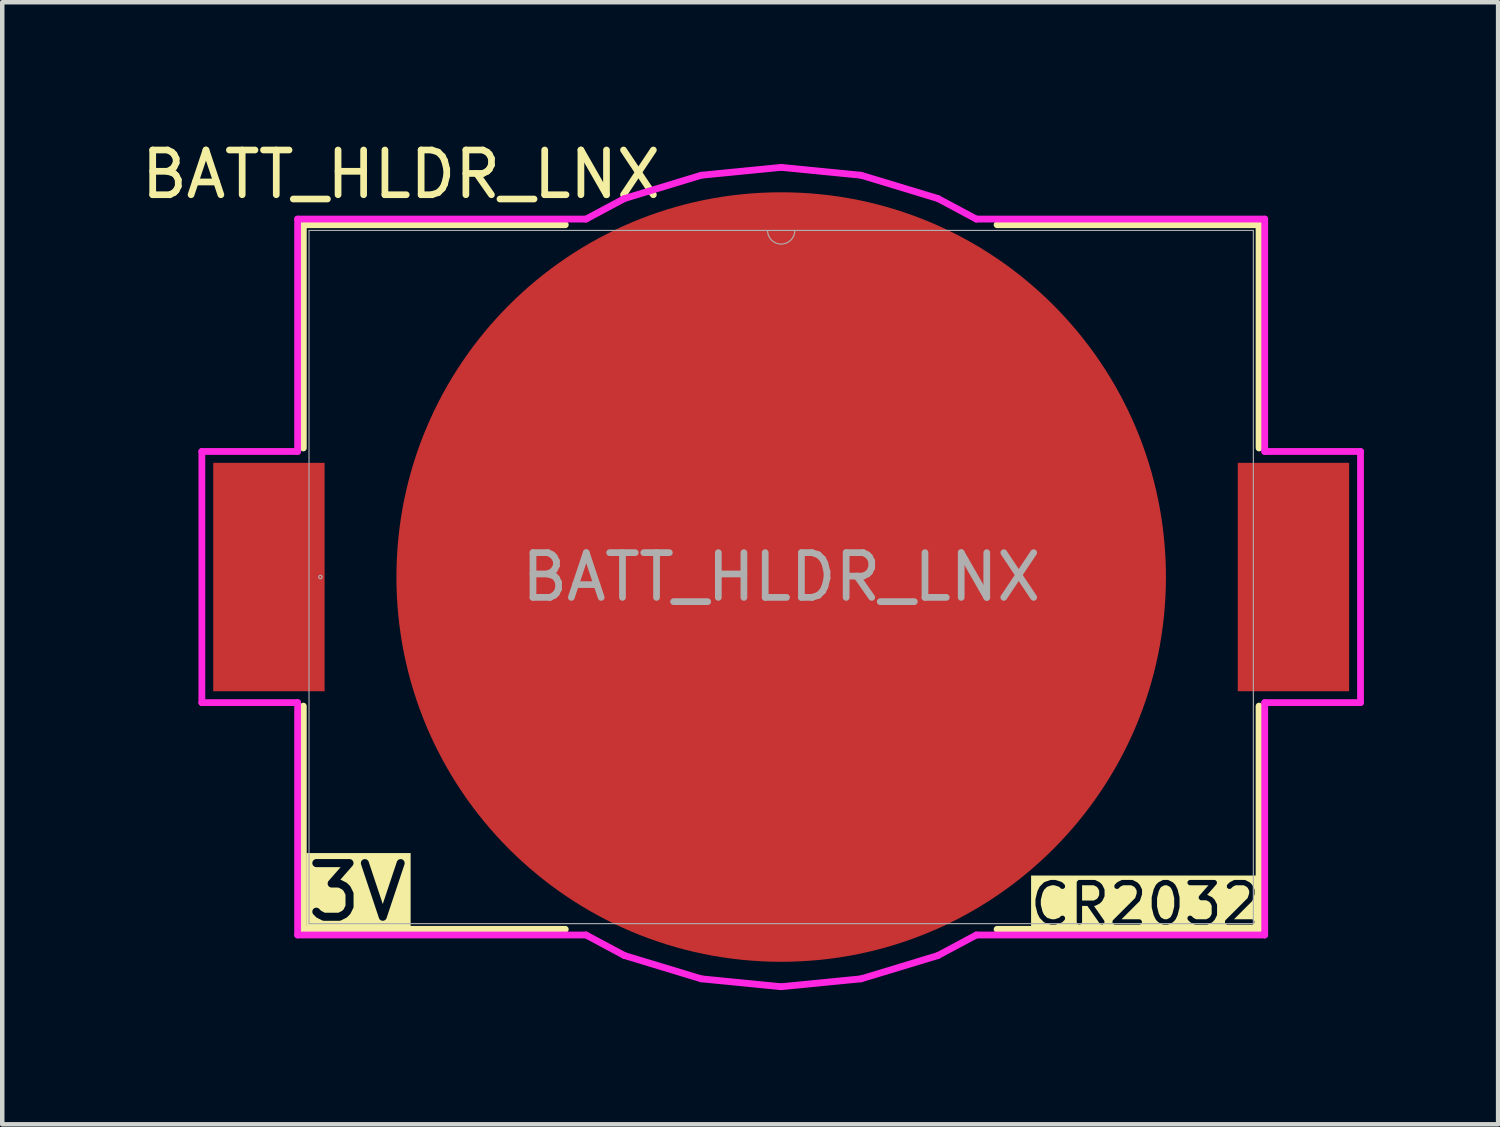
<source format=kicad_pcb>
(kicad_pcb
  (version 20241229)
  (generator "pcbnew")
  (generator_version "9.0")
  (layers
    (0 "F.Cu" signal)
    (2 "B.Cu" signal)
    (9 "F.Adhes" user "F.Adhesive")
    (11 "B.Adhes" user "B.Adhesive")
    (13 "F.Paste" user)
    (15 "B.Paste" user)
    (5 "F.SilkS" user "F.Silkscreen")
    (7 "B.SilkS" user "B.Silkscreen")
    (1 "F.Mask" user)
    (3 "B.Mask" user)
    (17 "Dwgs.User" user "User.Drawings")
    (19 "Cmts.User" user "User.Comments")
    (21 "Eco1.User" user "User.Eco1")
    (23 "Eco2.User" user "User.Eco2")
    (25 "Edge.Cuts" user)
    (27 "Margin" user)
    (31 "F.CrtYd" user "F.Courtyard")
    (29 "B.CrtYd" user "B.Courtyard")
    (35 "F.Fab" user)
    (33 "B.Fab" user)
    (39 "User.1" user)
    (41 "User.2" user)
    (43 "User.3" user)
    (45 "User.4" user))
  (footprint "BATT_HLDR_LNX"
    (layer "F.Cu")
    (at 14.411 9.848)
    (property "Reference" "BATT_HLDR_LNX" (at -8.5 -9 0) (unlocked yes) (layer "F.SilkS") (effects (font (size 1 1) (thickness 0.15))))
    (attr smd)
    (fp_line (start -10.681 -7.874) (end -10.681 -2.885) (stroke (width 0.152) (type solid)) (layer "F.SilkS"))
    (fp_line (start -10.681 2.885) (end -10.681 7.874) (stroke (width 0.152) (type solid)) (layer "F.SilkS"))
    (fp_line (start -10.681 7.874) (end -4.826 7.874) (stroke (width 0.152) (type solid)) (layer "F.SilkS"))
    (fp_line (start -4.826 -7.874) (end -10.681 -7.874) (stroke (width 0.152) (type solid)) (layer "F.SilkS"))
    (fp_line (start 4.826 7.874) (end 10.681 7.874) (stroke (width 0.152) (type solid)) (layer "F.SilkS"))
    (fp_line (start 10.681 -7.874) (end 4.826 -7.874) (stroke (width 0.152) (type solid)) (layer "F.SilkS"))
    (fp_line (start 10.681 -2.885) (end 10.681 -7.874) (stroke (width 0.152) (type solid)) (layer "F.SilkS"))
    (fp_line (start 10.681 7.874) (end 10.681 2.885) (stroke (width 0.152) (type solid)) (layer "F.SilkS"))
    (fp_line (start -12.949 -2.807) (end -12.949 2.807) (stroke (width 0.152) (type solid)) (layer "F.CrtYd"))
    (fp_line (start -12.949 2.807) (end -10.808 2.807) (stroke (width 0.152) (type solid)) (layer "F.CrtYd"))
    (fp_line (start -10.808 -8.001) (end -10.808 -2.807) (stroke (width 0.152) (type solid)) (layer "F.CrtYd"))
    (fp_line (start -10.808 -2.807) (end -12.949 -2.807) (stroke (width 0.152) (type solid)) (layer "F.CrtYd"))
    (fp_line (start -10.808 2.807) (end -10.808 8.001) (stroke (width 0.152) (type solid)) (layer "F.CrtYd"))
    (fp_line (start -10.808 8.001) (end -4.362 8.001) (stroke (width 0.152) (type solid)) (layer "F.CrtYd"))
    (fp_line (start -4.362 -8.001) (end -10.808 -8.001) (stroke (width 0.152) (type solid)) (layer "F.CrtYd"))
    (fp_line (start -4.362 8.001) (end -3.504 8.46) (stroke (width 0.152) (type solid)) (layer "F.CrtYd"))
    (fp_line (start -3.504 8.46) (end -1.786 8.981) (stroke (width 0.152) (type solid)) (layer "F.CrtYd"))
    (fp_line (start -3.504 -8.46) (end -4.362 -8.001) (stroke (width 0.152) (type solid)) (layer "F.CrtYd"))
    (fp_line (start -1.786 8.981) (end -0.000001 9.157) (stroke (width 0.152) (type solid)) (layer "F.CrtYd"))
    (fp_line (start -1.786 -8.981) (end -3.504 -8.46) (stroke (width 0.152) (type solid)) (layer "F.CrtYd"))
    (fp_line (start -0.000001 9.157) (end 1.786 8.981) (stroke (width 0.152) (type solid)) (layer "F.CrtYd"))
    (fp_line (start 0 -9.157) (end -1.786 -8.981) (stroke (width 0.152) (type solid)) (layer "F.CrtYd"))
    (fp_line (start 1.786 8.981) (end 3.504 8.46) (stroke (width 0.152) (type solid)) (layer "F.CrtYd"))
    (fp_line (start 1.786 -8.981) (end 0 -9.157) (stroke (width 0.152) (type solid)) (layer "F.CrtYd"))
    (fp_line (start 3.504 -8.46) (end 1.786 -8.981) (stroke (width 0.152) (type solid)) (layer "F.CrtYd"))
    (fp_line (start 3.504 8.46) (end 4.362 8.001) (stroke (width 0.152) (type solid)) (layer "F.CrtYd"))
    (fp_line (start 4.362 -8.001) (end 3.504 -8.46) (stroke (width 0.152) (type solid)) (layer "F.CrtYd"))
    (fp_line (start 4.362 8.001) (end 10.808 8.001) (stroke (width 0.152) (type solid)) (layer "F.CrtYd"))
    (fp_line (start 10.808 -8.001) (end 4.362 -8.001) (stroke (width 0.152) (type solid)) (layer "F.CrtYd"))
    (fp_line (start 10.808 -2.807) (end 10.808 -8.001) (stroke (width 0.152) (type solid)) (layer "F.CrtYd"))
    (fp_line (start 10.808 2.807) (end 12.949 2.807) (stroke (width 0.152) (type solid)) (layer "F.CrtYd"))
    (fp_line (start 10.808 8.001) (end 10.808 2.807) (stroke (width 0.152) (type solid)) (layer "F.CrtYd"))
    (fp_line (start 12.949 -2.807) (end 10.808 -2.807) (stroke (width 0.152) (type solid)) (layer "F.CrtYd"))
    (fp_line (start 12.949 2.807) (end 12.949 -2.807) (stroke (width 0.152) (type solid)) (layer "F.CrtYd"))
    (fp_line (start -10.554 -7.747) (end -10.554 7.747) (stroke (width 0.025) (type solid)) (layer "F.Fab"))
    (fp_line (start -10.554 7.747) (end 10.554 7.747) (stroke (width 0.025) (type solid)) (layer "F.Fab"))
    (fp_line (start 10.554 -7.747) (end -10.554 -7.747) (stroke (width 0.025) (type solid)) (layer "F.Fab"))
    (fp_line (start 10.554 7.747) (end 10.554 -7.747) (stroke (width 0.025) (type solid)) (layer "F.Fab"))
    (fp_arc (start 0.3048 -7.747) (mid 0 -7.4422) (end -0.3048 -7.747) (stroke (width 0.0254) (type solid)) (layer "F.Fab"))
    (fp_circle (center -10.3 0) (end -10.262 0) (stroke (width 0.025) (type solid)) (fill no) (layer "F.Fab"))
    (fp_text user "CR2032" (at 5.497 7.824 0) (unlocked yes) (layer "F.SilkS" knockout) (effects (font (size 0.88 0.88) (thickness 0.12)) (justify left bottom)))
    (fp_text user "3V" (at -10.681 7.75 0) (unlocked yes) (layer "F.SilkS" knockout) (effects (font (size 1.2 1.2) (thickness 0.18)) (justify left bottom)))
    (fp_text user "${REFERENCE}" (at 0 0 0) (unlocked yes) (layer "F.Fab") (effects (font (size 1 1) (thickness 0.15))))
    (pad "1" smd rect (at -11.45 0) (size 2.489 5.105) (layers "F.Cu" "F.Mask" "F.Paste"))
    (pad "1" smd rect (at 11.45 0) (size 2.489 5.105) (layers "F.Cu" "F.Mask" "F.Paste"))
    (pad "2" smd circle (at 0 0) (size 17.2 17.2) (layers "F.Cu" "F.Mask" "F.Paste")))
  (gr_rect
    (start -3 -3)
    (end 30.436 22.081)
    (stroke (width 0.1) (type default))
    (fill no)
    (layer "Edge.Cuts")))
</source>
